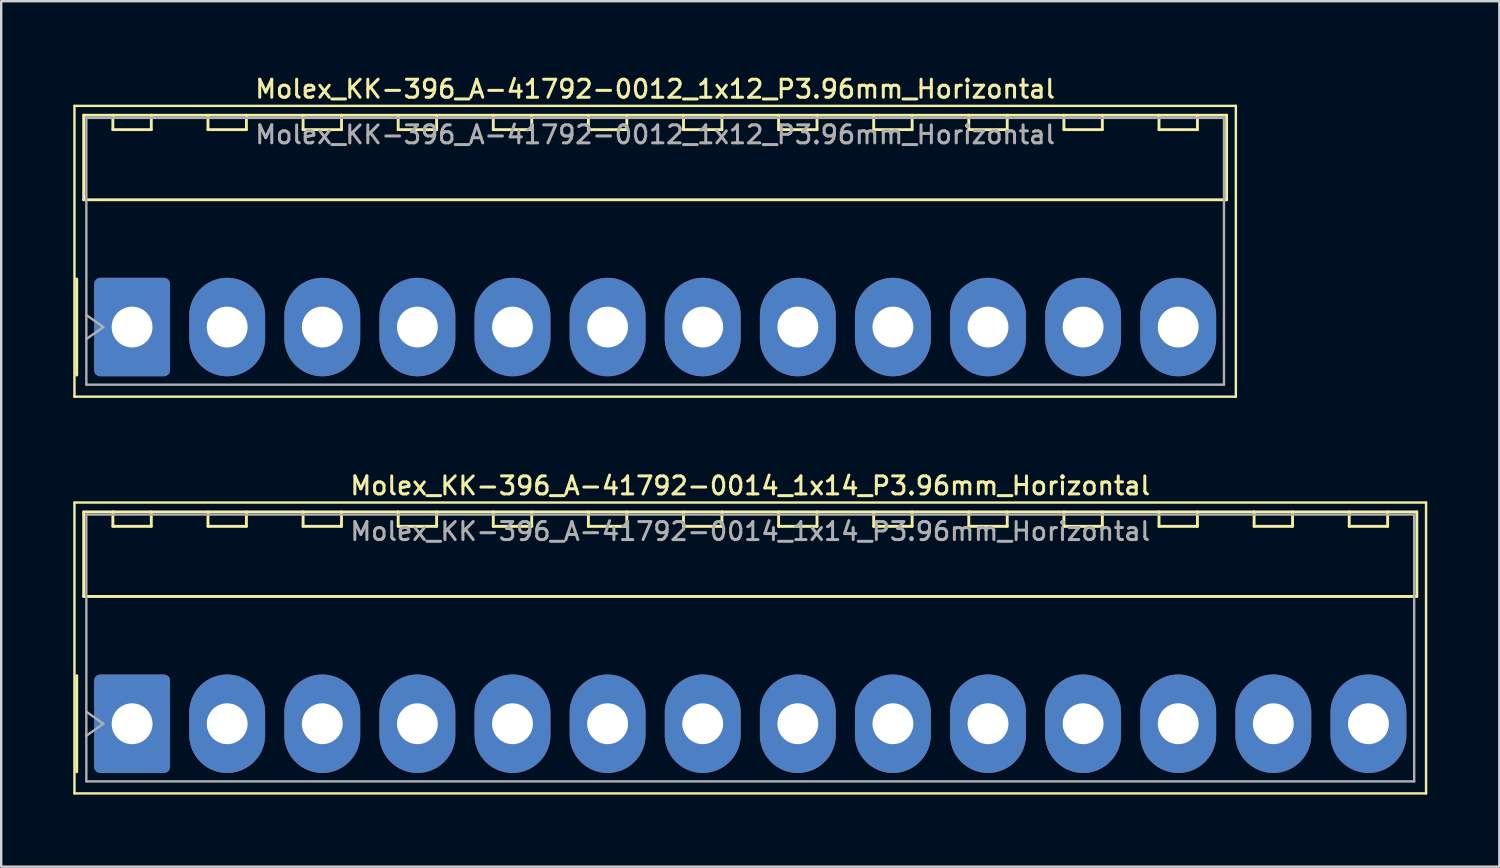
<source format=kicad_pcb>
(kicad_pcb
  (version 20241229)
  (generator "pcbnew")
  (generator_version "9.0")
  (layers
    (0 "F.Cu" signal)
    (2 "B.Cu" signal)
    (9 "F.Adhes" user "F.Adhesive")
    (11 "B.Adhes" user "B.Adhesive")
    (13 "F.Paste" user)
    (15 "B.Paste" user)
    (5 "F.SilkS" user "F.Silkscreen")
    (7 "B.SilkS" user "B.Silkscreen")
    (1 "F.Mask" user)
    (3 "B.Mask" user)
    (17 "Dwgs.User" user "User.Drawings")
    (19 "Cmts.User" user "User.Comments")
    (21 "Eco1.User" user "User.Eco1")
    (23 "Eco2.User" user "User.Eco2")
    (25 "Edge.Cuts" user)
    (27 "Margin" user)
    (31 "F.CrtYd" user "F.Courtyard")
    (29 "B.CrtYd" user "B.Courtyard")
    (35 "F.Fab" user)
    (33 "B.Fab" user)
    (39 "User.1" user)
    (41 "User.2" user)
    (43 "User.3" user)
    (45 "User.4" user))
  (footprint "Molex_KK-396_A-41792-0014_1x14_P3.96mm_Horizontal"
    (layer "F.Cu")
    (at 2.45 27.086)
    (property "Reference" "Molex_KK-396_A-41792-0014_1x14_P3.96mm_Horizontal" (at 25.74 -9.91 0) (layer "F.SilkS") (effects (font (size 0.75 0.75) (thickness 0.125))))
    (attr through_hole)
    (fp_line (start -2.4 -9.21) (end -2.4 2.9) (stroke (width 0.1) (type solid)) (layer "F.SilkS"))
    (fp_line (start -2.4 2.9) (end 53.88 2.9) (stroke (width 0.1) (type solid)) (layer "F.SilkS"))
    (fp_line (start -2.305 -2) (end -2.305 2) (stroke (width 0.12) (type solid)) (layer "F.SilkS"))
    (fp_line (start -2.015 -8.82) (end 53.495 -8.82) (stroke (width 0.12) (type solid)) (layer "F.SilkS"))
    (fp_line (start -2.015 -5.3) (end -2.015 -8.82) (stroke (width 0.12) (type solid)) (layer "F.SilkS"))
    (fp_line (start -0.8 -8.82) (end -0.8 -8.22) (stroke (width 0.12) (type solid)) (layer "F.SilkS"))
    (fp_line (start -0.8 -8.22) (end 0.8 -8.22) (stroke (width 0.12) (type solid)) (layer "F.SilkS"))
    (fp_line (start 0.8 -8.22) (end 0.8 -8.82) (stroke (width 0.12) (type solid)) (layer "F.SilkS"))
    (fp_line (start 3.16 -8.82) (end 3.16 -8.22) (stroke (width 0.12) (type solid)) (layer "F.SilkS"))
    (fp_line (start 3.16 -8.22) (end 4.76 -8.22) (stroke (width 0.12) (type solid)) (layer "F.SilkS"))
    (fp_line (start 4.76 -8.22) (end 4.76 -8.82) (stroke (width 0.12) (type solid)) (layer "F.SilkS"))
    (fp_line (start 7.12 -8.82) (end 7.12 -8.22) (stroke (width 0.12) (type solid)) (layer "F.SilkS"))
    (fp_line (start 7.12 -8.22) (end 8.72 -8.22) (stroke (width 0.12) (type solid)) (layer "F.SilkS"))
    (fp_line (start 8.72 -8.22) (end 8.72 -8.82) (stroke (width 0.12) (type solid)) (layer "F.SilkS"))
    (fp_line (start 11.08 -8.82) (end 11.08 -8.22) (stroke (width 0.12) (type solid)) (layer "F.SilkS"))
    (fp_line (start 11.08 -8.22) (end 12.68 -8.22) (stroke (width 0.12) (type solid)) (layer "F.SilkS"))
    (fp_line (start 12.68 -8.22) (end 12.68 -8.82) (stroke (width 0.12) (type solid)) (layer "F.SilkS"))
    (fp_line (start 15.04 -8.82) (end 15.04 -8.22) (stroke (width 0.12) (type solid)) (layer "F.SilkS"))
    (fp_line (start 15.04 -8.22) (end 16.64 -8.22) (stroke (width 0.12) (type solid)) (layer "F.SilkS"))
    (fp_line (start 16.64 -8.22) (end 16.64 -8.82) (stroke (width 0.12) (type solid)) (layer "F.SilkS"))
    (fp_line (start 19 -8.82) (end 19 -8.22) (stroke (width 0.12) (type solid)) (layer "F.SilkS"))
    (fp_line (start 19 -8.22) (end 20.6 -8.22) (stroke (width 0.12) (type solid)) (layer "F.SilkS"))
    (fp_line (start 20.6 -8.22) (end 20.6 -8.82) (stroke (width 0.12) (type solid)) (layer "F.SilkS"))
    (fp_line (start 22.96 -8.82) (end 22.96 -8.22) (stroke (width 0.12) (type solid)) (layer "F.SilkS"))
    (fp_line (start 22.96 -8.22) (end 24.56 -8.22) (stroke (width 0.12) (type solid)) (layer "F.SilkS"))
    (fp_line (start 24.56 -8.22) (end 24.56 -8.82) (stroke (width 0.12) (type solid)) (layer "F.SilkS"))
    (fp_line (start 26.92 -8.82) (end 26.92 -8.22) (stroke (width 0.12) (type solid)) (layer "F.SilkS"))
    (fp_line (start 26.92 -8.22) (end 28.52 -8.22) (stroke (width 0.12) (type solid)) (layer "F.SilkS"))
    (fp_line (start 28.52 -8.22) (end 28.52 -8.82) (stroke (width 0.12) (type solid)) (layer "F.SilkS"))
    (fp_line (start 30.88 -8.82) (end 30.88 -8.22) (stroke (width 0.12) (type solid)) (layer "F.SilkS"))
    (fp_line (start 30.88 -8.22) (end 32.48 -8.22) (stroke (width 0.12) (type solid)) (layer "F.SilkS"))
    (fp_line (start 32.48 -8.22) (end 32.48 -8.82) (stroke (width 0.12) (type solid)) (layer "F.SilkS"))
    (fp_line (start 34.84 -8.82) (end 34.84 -8.22) (stroke (width 0.12) (type solid)) (layer "F.SilkS"))
    (fp_line (start 34.84 -8.22) (end 36.44 -8.22) (stroke (width 0.12) (type solid)) (layer "F.SilkS"))
    (fp_line (start 36.44 -8.22) (end 36.44 -8.82) (stroke (width 0.12) (type solid)) (layer "F.SilkS"))
    (fp_line (start 38.8 -8.82) (end 38.8 -8.22) (stroke (width 0.12) (type solid)) (layer "F.SilkS"))
    (fp_line (start 38.8 -8.22) (end 40.4 -8.22) (stroke (width 0.12) (type solid)) (layer "F.SilkS"))
    (fp_line (start 40.4 -8.22) (end 40.4 -8.82) (stroke (width 0.12) (type solid)) (layer "F.SilkS"))
    (fp_line (start 42.76 -8.82) (end 42.76 -8.22) (stroke (width 0.12) (type solid)) (layer "F.SilkS"))
    (fp_line (start 42.76 -8.22) (end 44.36 -8.22) (stroke (width 0.12) (type solid)) (layer "F.SilkS"))
    (fp_line (start 44.36 -8.22) (end 44.36 -8.82) (stroke (width 0.12) (type solid)) (layer "F.SilkS"))
    (fp_line (start 46.72 -8.82) (end 46.72 -8.22) (stroke (width 0.12) (type solid)) (layer "F.SilkS"))
    (fp_line (start 46.72 -8.22) (end 48.32 -8.22) (stroke (width 0.12) (type solid)) (layer "F.SilkS"))
    (fp_line (start 48.32 -8.22) (end 48.32 -8.82) (stroke (width 0.12) (type solid)) (layer "F.SilkS"))
    (fp_line (start 50.68 -8.82) (end 50.68 -8.22) (stroke (width 0.12) (type solid)) (layer "F.SilkS"))
    (fp_line (start 50.68 -8.22) (end 52.28 -8.22) (stroke (width 0.12) (type solid)) (layer "F.SilkS"))
    (fp_line (start 52.28 -8.22) (end 52.28 -8.82) (stroke (width 0.12) (type solid)) (layer "F.SilkS"))
    (fp_line (start 53.495 -8.82) (end 53.495 -5.3) (stroke (width 0.12) (type solid)) (layer "F.SilkS"))
    (fp_line (start 53.495 -5.3) (end -2.015 -5.3) (stroke (width 0.12) (type solid)) (layer "F.SilkS"))
    (fp_line (start 53.88 -9.21) (end -2.4 -9.21) (stroke (width 0.1) (type solid)) (layer "F.SilkS"))
    (fp_line (start 53.88 2.9) (end 53.88 -9.21) (stroke (width 0.1) (type solid)) (layer "F.SilkS"))
    (fp_line (start -1.905 -8.71) (end 53.385 -8.71) (stroke (width 0.1) (type solid)) (layer "F.Fab"))
    (fp_line (start -1.905 -0.5) (end -1.198 0) (stroke (width 0.1) (type solid)) (layer "F.Fab"))
    (fp_line (start -1.905 2.4) (end -1.905 -8.71) (stroke (width 0.1) (type solid)) (layer "F.Fab"))
    (fp_line (start -1.198 0) (end -1.905 0.5) (stroke (width 0.1) (type solid)) (layer "F.Fab"))
    (fp_line (start 53.385 -8.71) (end 53.385 2.4) (stroke (width 0.1) (type solid)) (layer "F.Fab"))
    (fp_line (start 53.385 2.4) (end -1.905 2.4) (stroke (width 0.1) (type solid)) (layer "F.Fab"))
    (fp_text user "${REFERENCE}" (at 25.74 -8.01 0) (layer "F.Fab") (effects (font (size 0.75 0.75) (thickness 0.125))))
    (pad "1" thru_hole roundrect (at 0 0) (size 3.16 4.1) (drill 1.7) (layers "*.Cu" "*.Mask") (roundrect_rratio 0.079))
    (pad "2" thru_hole oval (at 3.96 0) (size 3.16 4.1) (drill 1.7) (layers "*.Cu" "*.Mask"))
    (pad "3" thru_hole oval (at 7.92 0) (size 3.16 4.1) (drill 1.7) (layers "*.Cu" "*.Mask"))
    (pad "4" thru_hole oval (at 11.88 0) (size 3.16 4.1) (drill 1.7) (layers "*.Cu" "*.Mask"))
    (pad "5" thru_hole oval (at 15.84 0) (size 3.16 4.1) (drill 1.7) (layers "*.Cu" "*.Mask"))
    (pad "6" thru_hole oval (at 19.8 0) (size 3.16 4.1) (drill 1.7) (layers "*.Cu" "*.Mask"))
    (pad "7" thru_hole oval (at 23.76 0) (size 3.16 4.1) (drill 1.7) (layers "*.Cu" "*.Mask"))
    (pad "8" thru_hole oval (at 27.72 0) (size 3.16 4.1) (drill 1.7) (layers "*.Cu" "*.Mask"))
    (pad "9" thru_hole oval (at 31.68 0) (size 3.16 4.1) (drill 1.7) (layers "*.Cu" "*.Mask"))
    (pad "10" thru_hole oval (at 35.64 0) (size 3.16 4.1) (drill 1.7) (layers "*.Cu" "*.Mask"))
    (pad "11" thru_hole oval (at 39.6 0) (size 3.16 4.1) (drill 1.7) (layers "*.Cu" "*.Mask"))
    (pad "12" thru_hole oval (at 43.56 0) (size 3.16 4.1) (drill 1.7) (layers "*.Cu" "*.Mask"))
    (pad "13" thru_hole oval (at 47.52 0) (size 3.16 4.1) (drill 1.7) (layers "*.Cu" "*.Mask"))
    (pad "14" thru_hole oval (at 51.48 0) (size 3.16 4.1) (drill 1.7) (layers "*.Cu" "*.Mask")))
  (footprint "Molex_KK-396_A-41792-0012_1x12_P3.96mm_Horizontal"
    (layer "F.Cu")
    (at 2.45 10.568)
    (property "Reference" "Molex_KK-396_A-41792-0012_1x12_P3.96mm_Horizontal" (at 21.78 -9.91 0) (layer "F.SilkS") (effects (font (size 0.75 0.75) (thickness 0.125))))
    (attr through_hole)
    (fp_line (start -2.4 -9.21) (end -2.4 2.9) (stroke (width 0.1) (type solid)) (layer "F.SilkS"))
    (fp_line (start -2.4 2.9) (end 45.96 2.9) (stroke (width 0.1) (type solid)) (layer "F.SilkS"))
    (fp_line (start -2.305 -2) (end -2.305 2) (stroke (width 0.12) (type solid)) (layer "F.SilkS"))
    (fp_line (start -2.015 -8.82) (end 45.575 -8.82) (stroke (width 0.12) (type solid)) (layer "F.SilkS"))
    (fp_line (start -2.015 -5.3) (end -2.015 -8.82) (stroke (width 0.12) (type solid)) (layer "F.SilkS"))
    (fp_line (start -0.8 -8.82) (end -0.8 -8.22) (stroke (width 0.12) (type solid)) (layer "F.SilkS"))
    (fp_line (start -0.8 -8.22) (end 0.8 -8.22) (stroke (width 0.12) (type solid)) (layer "F.SilkS"))
    (fp_line (start 0.8 -8.22) (end 0.8 -8.82) (stroke (width 0.12) (type solid)) (layer "F.SilkS"))
    (fp_line (start 3.16 -8.82) (end 3.16 -8.22) (stroke (width 0.12) (type solid)) (layer "F.SilkS"))
    (fp_line (start 3.16 -8.22) (end 4.76 -8.22) (stroke (width 0.12) (type solid)) (layer "F.SilkS"))
    (fp_line (start 4.76 -8.22) (end 4.76 -8.82) (stroke (width 0.12) (type solid)) (layer "F.SilkS"))
    (fp_line (start 7.12 -8.82) (end 7.12 -8.22) (stroke (width 0.12) (type solid)) (layer "F.SilkS"))
    (fp_line (start 7.12 -8.22) (end 8.72 -8.22) (stroke (width 0.12) (type solid)) (layer "F.SilkS"))
    (fp_line (start 8.72 -8.22) (end 8.72 -8.82) (stroke (width 0.12) (type solid)) (layer "F.SilkS"))
    (fp_line (start 11.08 -8.82) (end 11.08 -8.22) (stroke (width 0.12) (type solid)) (layer "F.SilkS"))
    (fp_line (start 11.08 -8.22) (end 12.68 -8.22) (stroke (width 0.12) (type solid)) (layer "F.SilkS"))
    (fp_line (start 12.68 -8.22) (end 12.68 -8.82) (stroke (width 0.12) (type solid)) (layer "F.SilkS"))
    (fp_line (start 15.04 -8.82) (end 15.04 -8.22) (stroke (width 0.12) (type solid)) (layer "F.SilkS"))
    (fp_line (start 15.04 -8.22) (end 16.64 -8.22) (stroke (width 0.12) (type solid)) (layer "F.SilkS"))
    (fp_line (start 16.64 -8.22) (end 16.64 -8.82) (stroke (width 0.12) (type solid)) (layer "F.SilkS"))
    (fp_line (start 19 -8.82) (end 19 -8.22) (stroke (width 0.12) (type solid)) (layer "F.SilkS"))
    (fp_line (start 19 -8.22) (end 20.6 -8.22) (stroke (width 0.12) (type solid)) (layer "F.SilkS"))
    (fp_line (start 20.6 -8.22) (end 20.6 -8.82) (stroke (width 0.12) (type solid)) (layer "F.SilkS"))
    (fp_line (start 22.96 -8.82) (end 22.96 -8.22) (stroke (width 0.12) (type solid)) (layer "F.SilkS"))
    (fp_line (start 22.96 -8.22) (end 24.56 -8.22) (stroke (width 0.12) (type solid)) (layer "F.SilkS"))
    (fp_line (start 24.56 -8.22) (end 24.56 -8.82) (stroke (width 0.12) (type solid)) (layer "F.SilkS"))
    (fp_line (start 26.92 -8.82) (end 26.92 -8.22) (stroke (width 0.12) (type solid)) (layer "F.SilkS"))
    (fp_line (start 26.92 -8.22) (end 28.52 -8.22) (stroke (width 0.12) (type solid)) (layer "F.SilkS"))
    (fp_line (start 28.52 -8.22) (end 28.52 -8.82) (stroke (width 0.12) (type solid)) (layer "F.SilkS"))
    (fp_line (start 30.88 -8.82) (end 30.88 -8.22) (stroke (width 0.12) (type solid)) (layer "F.SilkS"))
    (fp_line (start 30.88 -8.22) (end 32.48 -8.22) (stroke (width 0.12) (type solid)) (layer "F.SilkS"))
    (fp_line (start 32.48 -8.22) (end 32.48 -8.82) (stroke (width 0.12) (type solid)) (layer "F.SilkS"))
    (fp_line (start 34.84 -8.82) (end 34.84 -8.22) (stroke (width 0.12) (type solid)) (layer "F.SilkS"))
    (fp_line (start 34.84 -8.22) (end 36.44 -8.22) (stroke (width 0.12) (type solid)) (layer "F.SilkS"))
    (fp_line (start 36.44 -8.22) (end 36.44 -8.82) (stroke (width 0.12) (type solid)) (layer "F.SilkS"))
    (fp_line (start 38.8 -8.82) (end 38.8 -8.22) (stroke (width 0.12) (type solid)) (layer "F.SilkS"))
    (fp_line (start 38.8 -8.22) (end 40.4 -8.22) (stroke (width 0.12) (type solid)) (layer "F.SilkS"))
    (fp_line (start 40.4 -8.22) (end 40.4 -8.82) (stroke (width 0.12) (type solid)) (layer "F.SilkS"))
    (fp_line (start 42.76 -8.82) (end 42.76 -8.22) (stroke (width 0.12) (type solid)) (layer "F.SilkS"))
    (fp_line (start 42.76 -8.22) (end 44.36 -8.22) (stroke (width 0.12) (type solid)) (layer "F.SilkS"))
    (fp_line (start 44.36 -8.22) (end 44.36 -8.82) (stroke (width 0.12) (type solid)) (layer "F.SilkS"))
    (fp_line (start 45.575 -8.82) (end 45.575 -5.3) (stroke (width 0.12) (type solid)) (layer "F.SilkS"))
    (fp_line (start 45.575 -5.3) (end -2.015 -5.3) (stroke (width 0.12) (type solid)) (layer "F.SilkS"))
    (fp_line (start 45.96 -9.21) (end -2.4 -9.21) (stroke (width 0.1) (type solid)) (layer "F.SilkS"))
    (fp_line (start 45.96 2.9) (end 45.96 -9.21) (stroke (width 0.1) (type solid)) (layer "F.SilkS"))
    (fp_line (start -1.905 -8.71) (end 45.465 -8.71) (stroke (width 0.1) (type solid)) (layer "F.Fab"))
    (fp_line (start -1.905 -0.5) (end -1.198 0) (stroke (width 0.1) (type solid)) (layer "F.Fab"))
    (fp_line (start -1.905 2.4) (end -1.905 -8.71) (stroke (width 0.1) (type solid)) (layer "F.Fab"))
    (fp_line (start -1.198 0) (end -1.905 0.5) (stroke (width 0.1) (type solid)) (layer "F.Fab"))
    (fp_line (start 45.465 -8.71) (end 45.465 2.4) (stroke (width 0.1) (type solid)) (layer "F.Fab"))
    (fp_line (start 45.465 2.4) (end -1.905 2.4) (stroke (width 0.1) (type solid)) (layer "F.Fab"))
    (fp_text user "${REFERENCE}" (at 21.78 -8.01 0) (layer "F.Fab") (effects (font (size 0.75 0.75) (thickness 0.125))))
    (pad "1" thru_hole roundrect (at 0 0) (size 3.16 4.1) (drill 1.7) (layers "*.Cu" "*.Mask") (roundrect_rratio 0.079))
    (pad "2" thru_hole oval (at 3.96 0) (size 3.16 4.1) (drill 1.7) (layers "*.Cu" "*.Mask"))
    (pad "3" thru_hole oval (at 7.92 0) (size 3.16 4.1) (drill 1.7) (layers "*.Cu" "*.Mask"))
    (pad "4" thru_hole oval (at 11.88 0) (size 3.16 4.1) (drill 1.7) (layers "*.Cu" "*.Mask"))
    (pad "5" thru_hole oval (at 15.84 0) (size 3.16 4.1) (drill 1.7) (layers "*.Cu" "*.Mask"))
    (pad "6" thru_hole oval (at 19.8 0) (size 3.16 4.1) (drill 1.7) (layers "*.Cu" "*.Mask"))
    (pad "7" thru_hole oval (at 23.76 0) (size 3.16 4.1) (drill 1.7) (layers "*.Cu" "*.Mask"))
    (pad "8" thru_hole oval (at 27.72 0) (size 3.16 4.1) (drill 1.7) (layers "*.Cu" "*.Mask"))
    (pad "9" thru_hole oval (at 31.68 0) (size 3.16 4.1) (drill 1.7) (layers "*.Cu" "*.Mask"))
    (pad "10" thru_hole oval (at 35.64 0) (size 3.16 4.1) (drill 1.7) (layers "*.Cu" "*.Mask"))
    (pad "11" thru_hole oval (at 39.6 0) (size 3.16 4.1) (drill 1.7) (layers "*.Cu" "*.Mask"))
    (pad "12" thru_hole oval (at 43.56 0) (size 3.16 4.1) (drill 1.7) (layers "*.Cu" "*.Mask")))
  (gr_rect
    (start -3 -3)
    (end 59.38 33.036)
    (stroke (width 0.1) (type default))
    (fill no)
    (layer "Edge.Cuts")))
</source>
